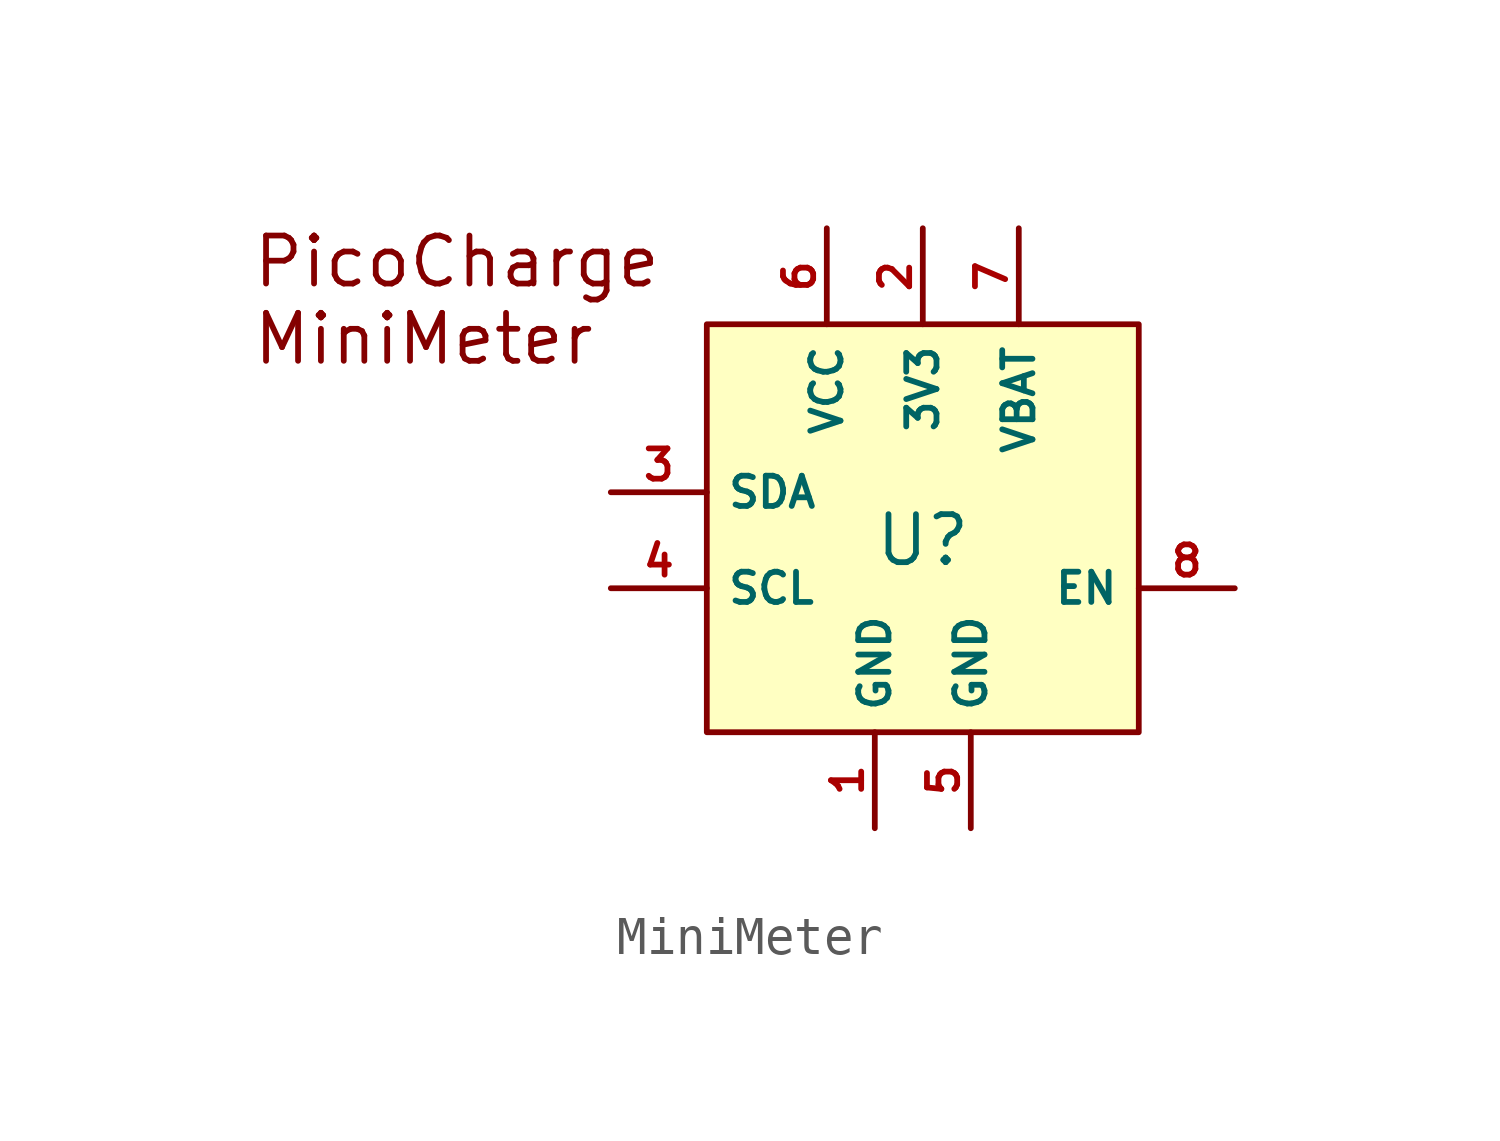
<source format=kicad_sym>
(kicad_symbol_lib
  (version 20220914)
  (generator kicad_symbol_editor)
  (symbol "MiniMeter"
    (property "Reference" "U"
      (at 0 0 0)
      (do_not_autoplace)
      (effects (font (size 1.27 1.27))))
    (property "Value" ""
      (at 4.445 -2.54 0)
      (effects (font (size 1.27 1.27))))
    (symbol "MiniMeter_1_1"
      (rectangle (start -5.715 5.715) (end 5.715 -5.08) (stroke (width 0) (type default)) (fill (type background)))
      (text "PicoCharge\nMiniMeter" (at -17.78 6.35 0) (effects (font (size 1.27 1.27)) (justify left)))
      (pin passive line (at -1.27 -7.62 90) (length 2.54) (name "GND" (effects (font (size 0.8 0.8)))) (number "1" (effects (font (size 0.8 0.8)))))
      (pin power_out line (at 0 8.255 270) (length 2.54) (name "3V3" (effects (font (size 0.8 0.8)))) (number "2" (effects (font (size 0.8 0.8)))))
      (pin input line (at -8.255 1.27 0) (length 2.54) (name "SDA" (effects (font (size 0.8 0.8)))) (number "3" (effects (font (size 0.8 0.8)))))
      (pin output line (at -8.255 -1.27 0) (length 2.54) (name "SCL" (effects (font (size 0.8 0.8)))) (number "4" (effects (font (size 0.8 0.8)))))
      (pin passive line (at 1.27 -7.62 90) (length 2.54) (name "GND" (effects (font (size 0.8 0.8)))) (number "5" (effects (font (size 0.8 0.8)))))
      (pin power_in line (at -2.54 8.255 270) (length 2.54) (name "VCC" (effects (font (size 0.8 0.8)))) (number "6" (effects (font (size 0.8 0.8)))))
      (pin power_in line (at 2.54 8.255 270) (length 2.54) (name "VBAT" (effects (font (size 0.8 0.8)))) (number "7" (effects (font (size 0.8 0.8)))))
      (pin passive line (at 8.255 -1.27 180) (length 2.54) (name "EN" (effects (font (size 0.8 0.8)))) (number "8" (effects (font (size 0.8 0.8))))))))
</source>
